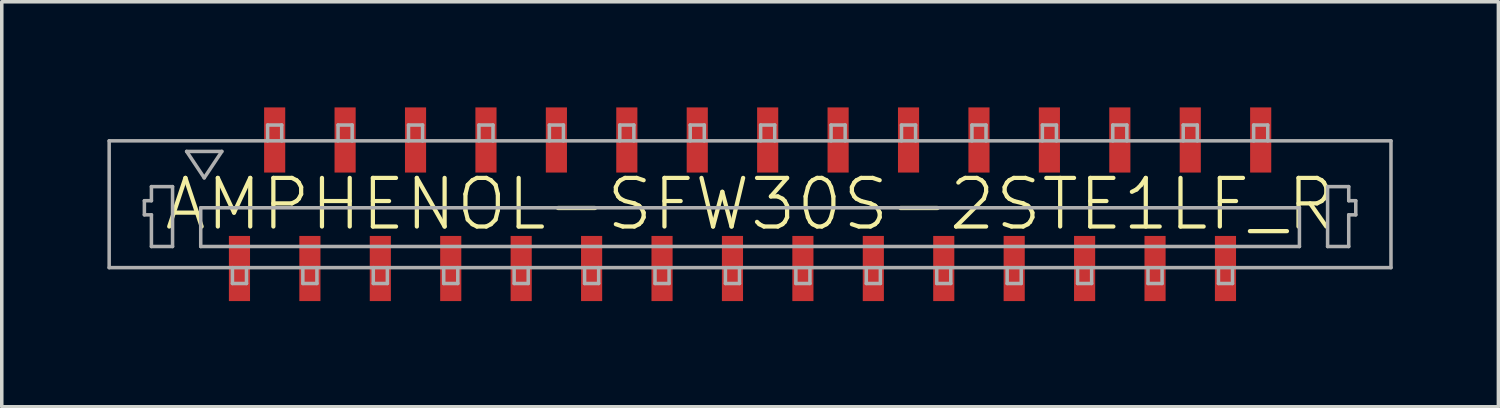
<source format=kicad_pcb>
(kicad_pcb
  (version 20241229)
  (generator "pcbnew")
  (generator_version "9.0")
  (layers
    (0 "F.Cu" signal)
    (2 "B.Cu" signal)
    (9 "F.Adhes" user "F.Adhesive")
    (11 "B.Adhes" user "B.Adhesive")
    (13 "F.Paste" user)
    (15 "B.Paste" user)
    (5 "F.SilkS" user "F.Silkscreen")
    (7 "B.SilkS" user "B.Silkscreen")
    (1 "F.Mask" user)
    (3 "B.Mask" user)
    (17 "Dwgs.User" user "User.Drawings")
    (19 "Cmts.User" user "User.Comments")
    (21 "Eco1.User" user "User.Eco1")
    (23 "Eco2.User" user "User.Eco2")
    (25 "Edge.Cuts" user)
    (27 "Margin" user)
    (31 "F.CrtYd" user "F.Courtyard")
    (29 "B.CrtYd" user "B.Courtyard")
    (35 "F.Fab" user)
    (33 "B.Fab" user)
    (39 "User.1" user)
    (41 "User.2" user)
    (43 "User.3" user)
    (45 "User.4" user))
  (footprint "AMPHENOL-SFW30S-2STE1LF_R"
    (layer "F.Cu")
    (at 18.25 2.75)
    (property "Reference" "AMPHENOL-SFW30S-2STE1LF_R" (at 0 0 0) (unlocked yes) (layer "F.SilkS") (effects (font (size 1.38 1.38) (thickness 0.12))))
    (fp_line (start -18.2 -1.8) (end -18.2 1.8) (stroke (width 0.1) (type solid)) (layer "F.Fab"))
    (fp_line (start -18.2 1.8) (end 18.2 1.8) (stroke (width 0.1) (type solid)) (layer "F.Fab"))
    (fp_line (start -17.2 -0.1) (end -17.2 0.3) (stroke (width 0.1) (type solid)) (layer "F.Fab"))
    (fp_line (start -17.2 0.3) (end -17 0.3) (stroke (width 0.1) (type solid)) (layer "F.Fab"))
    (fp_line (start -17 -0.5) (end -16.4 -0.5) (stroke (width 0.1) (type solid)) (layer "F.Fab"))
    (fp_line (start -17 -0.1) (end -17.2 -0.1) (stroke (width 0.1) (type solid)) (layer "F.Fab"))
    (fp_line (start -17 -0.1) (end -17 -0.5) (stroke (width 0.1) (type solid)) (layer "F.Fab"))
    (fp_line (start -17 1.2) (end -17 0.3) (stroke (width 0.1) (type solid)) (layer "F.Fab"))
    (fp_line (start -16.4 -0.5) (end -16.4 1.2) (stroke (width 0.1) (type solid)) (layer "F.Fab"))
    (fp_line (start -16.4 1.2) (end -17 1.2) (stroke (width 0.1) (type solid)) (layer "F.Fab"))
    (fp_line (start -16 -1.5) (end -15 -1.5) (stroke (width 0.1) (type solid)) (layer "F.Fab"))
    (fp_line (start -15.6 0.1) (end 15.6 0.1) (stroke (width 0.1) (type solid)) (layer "F.Fab"))
    (fp_line (start -15.6 1.2) (end -15.6 0.1) (stroke (width 0.1) (type solid)) (layer "F.Fab"))
    (fp_line (start -15.6 1.2) (end 15.6 1.2) (stroke (width 0.1) (type solid)) (layer "F.Fab"))
    (fp_line (start -15.5 -0.75) (end -16 -1.5) (stroke (width 0.1) (type solid)) (layer "F.Fab"))
    (fp_line (start -15 -1.5) (end -15.5 -0.75) (stroke (width 0.1) (type solid)) (layer "F.Fab"))
    (fp_line (start -14.7 1.8) (end -14.7 2.25) (stroke (width 0.1) (type solid)) (layer "F.Fab"))
    (fp_line (start -14.7 2.25) (end -14.3 2.25) (stroke (width 0.1) (type solid)) (layer "F.Fab"))
    (fp_line (start -14.3 1.8) (end -14.3 2.25) (stroke (width 0.1) (type solid)) (layer "F.Fab"))
    (fp_line (start -13.7 -1.8) (end -13.7 -2.25) (stroke (width 0.1) (type solid)) (layer "F.Fab"))
    (fp_line (start -13.3 -2.25) (end -13.7 -2.25) (stroke (width 0.1) (type solid)) (layer "F.Fab"))
    (fp_line (start -13.3 -1.8) (end -13.3 -2.25) (stroke (width 0.1) (type solid)) (layer "F.Fab"))
    (fp_line (start -12.7 1.8) (end -12.7 2.25) (stroke (width 0.1) (type solid)) (layer "F.Fab"))
    (fp_line (start -12.7 2.25) (end -12.3 2.25) (stroke (width 0.1) (type solid)) (layer "F.Fab"))
    (fp_line (start -12.3 1.8) (end -12.3 2.25) (stroke (width 0.1) (type solid)) (layer "F.Fab"))
    (fp_line (start -11.7 -1.8) (end -11.7 -2.25) (stroke (width 0.1) (type solid)) (layer "F.Fab"))
    (fp_line (start -11.3 -2.25) (end -11.7 -2.25) (stroke (width 0.1) (type solid)) (layer "F.Fab"))
    (fp_line (start -11.3 -1.8) (end -11.3 -2.25) (stroke (width 0.1) (type solid)) (layer "F.Fab"))
    (fp_line (start -10.7 1.8) (end -10.7 2.25) (stroke (width 0.1) (type solid)) (layer "F.Fab"))
    (fp_line (start -10.7 2.25) (end -10.3 2.25) (stroke (width 0.1) (type solid)) (layer "F.Fab"))
    (fp_line (start -10.3 1.8) (end -10.3 2.25) (stroke (width 0.1) (type solid)) (layer "F.Fab"))
    (fp_line (start -9.7 -1.8) (end -9.7 -2.25) (stroke (width 0.1) (type solid)) (layer "F.Fab"))
    (fp_line (start -9.3 -2.25) (end -9.7 -2.25) (stroke (width 0.1) (type solid)) (layer "F.Fab"))
    (fp_line (start -9.3 -1.8) (end -9.3 -2.25) (stroke (width 0.1) (type solid)) (layer "F.Fab"))
    (fp_line (start -8.7 1.8) (end -8.7 2.25) (stroke (width 0.1) (type solid)) (layer "F.Fab"))
    (fp_line (start -8.7 2.25) (end -8.3 2.25) (stroke (width 0.1) (type solid)) (layer "F.Fab"))
    (fp_line (start -8.3 1.8) (end -8.3 2.25) (stroke (width 0.1) (type solid)) (layer "F.Fab"))
    (fp_line (start -7.7 -1.8) (end -7.7 -2.25) (stroke (width 0.1) (type solid)) (layer "F.Fab"))
    (fp_line (start -7.3 -2.25) (end -7.7 -2.25) (stroke (width 0.1) (type solid)) (layer "F.Fab"))
    (fp_line (start -7.3 -1.8) (end -7.3 -2.25) (stroke (width 0.1) (type solid)) (layer "F.Fab"))
    (fp_line (start -6.7 1.8) (end -6.7 2.25) (stroke (width 0.1) (type solid)) (layer "F.Fab"))
    (fp_line (start -6.7 2.25) (end -6.3 2.25) (stroke (width 0.1) (type solid)) (layer "F.Fab"))
    (fp_line (start -6.3 1.8) (end -6.3 2.25) (stroke (width 0.1) (type solid)) (layer "F.Fab"))
    (fp_line (start -5.7 -1.8) (end -5.7 -2.25) (stroke (width 0.1) (type solid)) (layer "F.Fab"))
    (fp_line (start -5.3 -2.25) (end -5.7 -2.25) (stroke (width 0.1) (type solid)) (layer "F.Fab"))
    (fp_line (start -5.3 -1.8) (end -5.3 -2.25) (stroke (width 0.1) (type solid)) (layer "F.Fab"))
    (fp_line (start -4.7 1.8) (end -4.7 2.25) (stroke (width 0.1) (type solid)) (layer "F.Fab"))
    (fp_line (start -4.7 2.25) (end -4.3 2.25) (stroke (width 0.1) (type solid)) (layer "F.Fab"))
    (fp_line (start -4.3 1.8) (end -4.3 2.25) (stroke (width 0.1) (type solid)) (layer "F.Fab"))
    (fp_line (start -3.7 -1.8) (end -3.7 -2.25) (stroke (width 0.1) (type solid)) (layer "F.Fab"))
    (fp_line (start -3.3 -2.25) (end -3.7 -2.25) (stroke (width 0.1) (type solid)) (layer "F.Fab"))
    (fp_line (start -3.3 -1.8) (end -3.3 -2.25) (stroke (width 0.1) (type solid)) (layer "F.Fab"))
    (fp_line (start -2.7 1.8) (end -2.7 2.25) (stroke (width 0.1) (type solid)) (layer "F.Fab"))
    (fp_line (start -2.7 2.25) (end -2.3 2.25) (stroke (width 0.1) (type solid)) (layer "F.Fab"))
    (fp_line (start -2.3 1.8) (end -2.3 2.25) (stroke (width 0.1) (type solid)) (layer "F.Fab"))
    (fp_line (start -1.7 -1.8) (end -1.7 -2.25) (stroke (width 0.1) (type solid)) (layer "F.Fab"))
    (fp_line (start -1.3 -2.25) (end -1.7 -2.25) (stroke (width 0.1) (type solid)) (layer "F.Fab"))
    (fp_line (start -1.3 -1.8) (end -1.3 -2.25) (stroke (width 0.1) (type solid)) (layer "F.Fab"))
    (fp_line (start -0.7 1.8) (end -0.7 2.25) (stroke (width 0.1) (type solid)) (layer "F.Fab"))
    (fp_line (start -0.7 2.25) (end -0.3 2.25) (stroke (width 0.1) (type solid)) (layer "F.Fab"))
    (fp_line (start -0.3 1.8) (end -0.3 2.25) (stroke (width 0.1) (type solid)) (layer "F.Fab"))
    (fp_line (start 0.3 -1.8) (end 0.3 -2.25) (stroke (width 0.1) (type solid)) (layer "F.Fab"))
    (fp_line (start 0.7 -2.25) (end 0.3 -2.25) (stroke (width 0.1) (type solid)) (layer "F.Fab"))
    (fp_line (start 0.7 -1.8) (end 0.7 -2.25) (stroke (width 0.1) (type solid)) (layer "F.Fab"))
    (fp_line (start 1.3 1.8) (end 1.3 2.25) (stroke (width 0.1) (type solid)) (layer "F.Fab"))
    (fp_line (start 1.3 2.25) (end 1.7 2.25) (stroke (width 0.1) (type solid)) (layer "F.Fab"))
    (fp_line (start 1.7 1.8) (end 1.7 2.25) (stroke (width 0.1) (type solid)) (layer "F.Fab"))
    (fp_line (start 2.3 -1.8) (end 2.3 -2.25) (stroke (width 0.1) (type solid)) (layer "F.Fab"))
    (fp_line (start 2.7 -2.25) (end 2.3 -2.25) (stroke (width 0.1) (type solid)) (layer "F.Fab"))
    (fp_line (start 2.7 -1.8) (end 2.7 -2.25) (stroke (width 0.1) (type solid)) (layer "F.Fab"))
    (fp_line (start 3.3 1.8) (end 3.3 2.25) (stroke (width 0.1) (type solid)) (layer "F.Fab"))
    (fp_line (start 3.3 2.25) (end 3.7 2.25) (stroke (width 0.1) (type solid)) (layer "F.Fab"))
    (fp_line (start 3.7 1.8) (end 3.7 2.25) (stroke (width 0.1) (type solid)) (layer "F.Fab"))
    (fp_line (start 4.3 -1.8) (end 4.3 -2.25) (stroke (width 0.1) (type solid)) (layer "F.Fab"))
    (fp_line (start 4.7 -2.25) (end 4.3 -2.25) (stroke (width 0.1) (type solid)) (layer "F.Fab"))
    (fp_line (start 4.7 -1.8) (end 4.7 -2.25) (stroke (width 0.1) (type solid)) (layer "F.Fab"))
    (fp_line (start 5.3 1.8) (end 5.3 2.25) (stroke (width 0.1) (type solid)) (layer "F.Fab"))
    (fp_line (start 5.3 2.25) (end 5.7 2.25) (stroke (width 0.1) (type solid)) (layer "F.Fab"))
    (fp_line (start 5.7 1.8) (end 5.7 2.25) (stroke (width 0.1) (type solid)) (layer "F.Fab"))
    (fp_line (start 6.3 -1.8) (end 6.3 -2.25) (stroke (width 0.1) (type solid)) (layer "F.Fab"))
    (fp_line (start 6.7 -2.25) (end 6.3 -2.25) (stroke (width 0.1) (type solid)) (layer "F.Fab"))
    (fp_line (start 6.7 -1.8) (end 6.7 -2.25) (stroke (width 0.1) (type solid)) (layer "F.Fab"))
    (fp_line (start 7.3 1.8) (end 7.3 2.25) (stroke (width 0.1) (type solid)) (layer "F.Fab"))
    (fp_line (start 7.3 2.25) (end 7.7 2.25) (stroke (width 0.1) (type solid)) (layer "F.Fab"))
    (fp_line (start 7.7 1.8) (end 7.7 2.25) (stroke (width 0.1) (type solid)) (layer "F.Fab"))
    (fp_line (start 8.3 -1.8) (end 8.3 -2.25) (stroke (width 0.1) (type solid)) (layer "F.Fab"))
    (fp_line (start 8.7 -2.25) (end 8.3 -2.25) (stroke (width 0.1) (type solid)) (layer "F.Fab"))
    (fp_line (start 8.7 -1.8) (end 8.7 -2.25) (stroke (width 0.1) (type solid)) (layer "F.Fab"))
    (fp_line (start 9.3 1.8) (end 9.3 2.25) (stroke (width 0.1) (type solid)) (layer "F.Fab"))
    (fp_line (start 9.3 2.25) (end 9.7 2.25) (stroke (width 0.1) (type solid)) (layer "F.Fab"))
    (fp_line (start 9.7 1.8) (end 9.7 2.25) (stroke (width 0.1) (type solid)) (layer "F.Fab"))
    (fp_line (start 10.3 -1.8) (end 10.3 -2.25) (stroke (width 0.1) (type solid)) (layer "F.Fab"))
    (fp_line (start 10.7 -2.25) (end 10.3 -2.25) (stroke (width 0.1) (type solid)) (layer "F.Fab"))
    (fp_line (start 10.7 -1.8) (end 10.7 -2.25) (stroke (width 0.1) (type solid)) (layer "F.Fab"))
    (fp_line (start 11.3 1.8) (end 11.3 2.25) (stroke (width 0.1) (type solid)) (layer "F.Fab"))
    (fp_line (start 11.3 2.25) (end 11.7 2.25) (stroke (width 0.1) (type solid)) (layer "F.Fab"))
    (fp_line (start 11.7 1.8) (end 11.7 2.25) (stroke (width 0.1) (type solid)) (layer "F.Fab"))
    (fp_line (start 12.3 -1.8) (end 12.3 -2.25) (stroke (width 0.1) (type solid)) (layer "F.Fab"))
    (fp_line (start 12.7 -2.25) (end 12.3 -2.25) (stroke (width 0.1) (type solid)) (layer "F.Fab"))
    (fp_line (start 12.7 -1.8) (end 12.7 -2.25) (stroke (width 0.1) (type solid)) (layer "F.Fab"))
    (fp_line (start 13.3 1.8) (end 13.3 2.25) (stroke (width 0.1) (type solid)) (layer "F.Fab"))
    (fp_line (start 13.3 2.25) (end 13.7 2.25) (stroke (width 0.1) (type solid)) (layer "F.Fab"))
    (fp_line (start 13.7 1.8) (end 13.7 2.25) (stroke (width 0.1) (type solid)) (layer "F.Fab"))
    (fp_line (start 14.3 -1.8) (end 14.3 -2.25) (stroke (width 0.1) (type solid)) (layer "F.Fab"))
    (fp_line (start 14.7 -2.25) (end 14.3 -2.25) (stroke (width 0.1) (type solid)) (layer "F.Fab"))
    (fp_line (start 14.7 -1.8) (end 14.7 -2.25) (stroke (width 0.1) (type solid)) (layer "F.Fab"))
    (fp_line (start 15.6 1.2) (end 15.6 0.1) (stroke (width 0.1) (type solid)) (layer "F.Fab"))
    (fp_line (start 16.4 -0.5) (end 17 -0.5) (stroke (width 0.1) (type solid)) (layer "F.Fab"))
    (fp_line (start 16.4 1.2) (end 16.4 -0.5) (stroke (width 0.1) (type solid)) (layer "F.Fab"))
    (fp_line (start 17 -0.5) (end 17 -0.1) (stroke (width 0.1) (type solid)) (layer "F.Fab"))
    (fp_line (start 17 0.3) (end 17 1.2) (stroke (width 0.1) (type solid)) (layer "F.Fab"))
    (fp_line (start 17 0.3) (end 17.2 0.3) (stroke (width 0.1) (type solid)) (layer "F.Fab"))
    (fp_line (start 17 1.2) (end 16.4 1.2) (stroke (width 0.1) (type solid)) (layer "F.Fab"))
    (fp_line (start 17.2 -0.1) (end 17 -0.1) (stroke (width 0.1) (type solid)) (layer "F.Fab"))
    (fp_line (start 17.2 0.3) (end 17.2 -0.1) (stroke (width 0.1) (type solid)) (layer "F.Fab"))
    (fp_line (start 18.2 -1.8) (end -18.2 -1.8) (stroke (width 0.1) (type solid)) (layer "F.Fab"))
    (fp_line (start 18.2 1.8) (end 18.2 -1.8) (stroke (width 0.1) (type solid)) (layer "F.Fab"))
    (pad "1" smd rect (at -14.5 1.825 180) (size 0.6 1.85) (layers "F.Cu" "F.Mask" "F.Paste"))
    (pad "2" smd rect (at -13.5 -1.825) (size 0.6 1.85) (layers "F.Cu" "F.Mask" "F.Paste"))
    (pad "3" smd rect (at -12.5 1.825 180) (size 0.6 1.85) (layers "F.Cu" "F.Mask" "F.Paste"))
    (pad "4" smd rect (at -11.5 -1.825) (size 0.6 1.85) (layers "F.Cu" "F.Mask" "F.Paste"))
    (pad "5" smd rect (at -10.5 1.825 180) (size 0.6 1.85) (layers "F.Cu" "F.Mask" "F.Paste"))
    (pad "6" smd rect (at -9.5 -1.825) (size 0.6 1.85) (layers "F.Cu" "F.Mask" "F.Paste"))
    (pad "7" smd rect (at -8.5 1.825 180) (size 0.6 1.85) (layers "F.Cu" "F.Mask" "F.Paste"))
    (pad "8" smd rect (at -7.5 -1.825) (size 0.6 1.85) (layers "F.Cu" "F.Mask" "F.Paste"))
    (pad "9" smd rect (at -6.5 1.825 180) (size 0.6 1.85) (layers "F.Cu" "F.Mask" "F.Paste"))
    (pad "10" smd rect (at -5.5 -1.825) (size 0.6 1.85) (layers "F.Cu" "F.Mask" "F.Paste"))
    (pad "11" smd rect (at -4.5 1.825 180) (size 0.6 1.85) (layers "F.Cu" "F.Mask" "F.Paste"))
    (pad "12" smd rect (at -3.5 -1.825) (size 0.6 1.85) (layers "F.Cu" "F.Mask" "F.Paste"))
    (pad "13" smd rect (at -2.5 1.825 180) (size 0.6 1.85) (layers "F.Cu" "F.Mask" "F.Paste"))
    (pad "14" smd rect (at -1.5 -1.825) (size 0.6 1.85) (layers "F.Cu" "F.Mask" "F.Paste"))
    (pad "15" smd rect (at -0.5 1.825 180) (size 0.6 1.85) (layers "F.Cu" "F.Mask" "F.Paste"))
    (pad "16" smd rect (at 0.5 -1.825) (size 0.6 1.85) (layers "F.Cu" "F.Mask" "F.Paste"))
    (pad "17" smd rect (at 1.5 1.825 180) (size 0.6 1.85) (layers "F.Cu" "F.Mask" "F.Paste"))
    (pad "18" smd rect (at 2.5 -1.825) (size 0.6 1.85) (layers "F.Cu" "F.Mask" "F.Paste"))
    (pad "19" smd rect (at 3.5 1.825 180) (size 0.6 1.85) (layers "F.Cu" "F.Mask" "F.Paste"))
    (pad "20" smd rect (at 4.5 -1.825) (size 0.6 1.85) (layers "F.Cu" "F.Mask" "F.Paste"))
    (pad "21" smd rect (at 5.5 1.825 180) (size 0.6 1.85) (layers "F.Cu" "F.Mask" "F.Paste"))
    (pad "22" smd rect (at 6.5 -1.825) (size 0.6 1.85) (layers "F.Cu" "F.Mask" "F.Paste"))
    (pad "23" smd rect (at 7.5 1.825 180) (size 0.6 1.85) (layers "F.Cu" "F.Mask" "F.Paste"))
    (pad "24" smd rect (at 8.5 -1.825) (size 0.6 1.85) (layers "F.Cu" "F.Mask" "F.Paste"))
    (pad "25" smd rect (at 9.5 1.825 180) (size 0.6 1.85) (layers "F.Cu" "F.Mask" "F.Paste"))
    (pad "26" smd rect (at 10.5 -1.825) (size 0.6 1.85) (layers "F.Cu" "F.Mask" "F.Paste"))
    (pad "27" smd rect (at 11.5 1.825 180) (size 0.6 1.85) (layers "F.Cu" "F.Mask" "F.Paste"))
    (pad "28" smd rect (at 12.5 -1.825) (size 0.6 1.85) (layers "F.Cu" "F.Mask" "F.Paste"))
    (pad "29" smd rect (at 13.5 1.825 180) (size 0.6 1.85) (layers "F.Cu" "F.Mask" "F.Paste"))
    (pad "30" smd rect (at 14.5 -1.825) (size 0.6 1.85) (layers "F.Cu" "F.Mask" "F.Paste")))
  (gr_rect
    (start -3 -3)
    (end 39.5 8.5)
    (stroke (width 0.1) (type default))
    (fill no)
    (layer "Edge.Cuts")))
</source>
